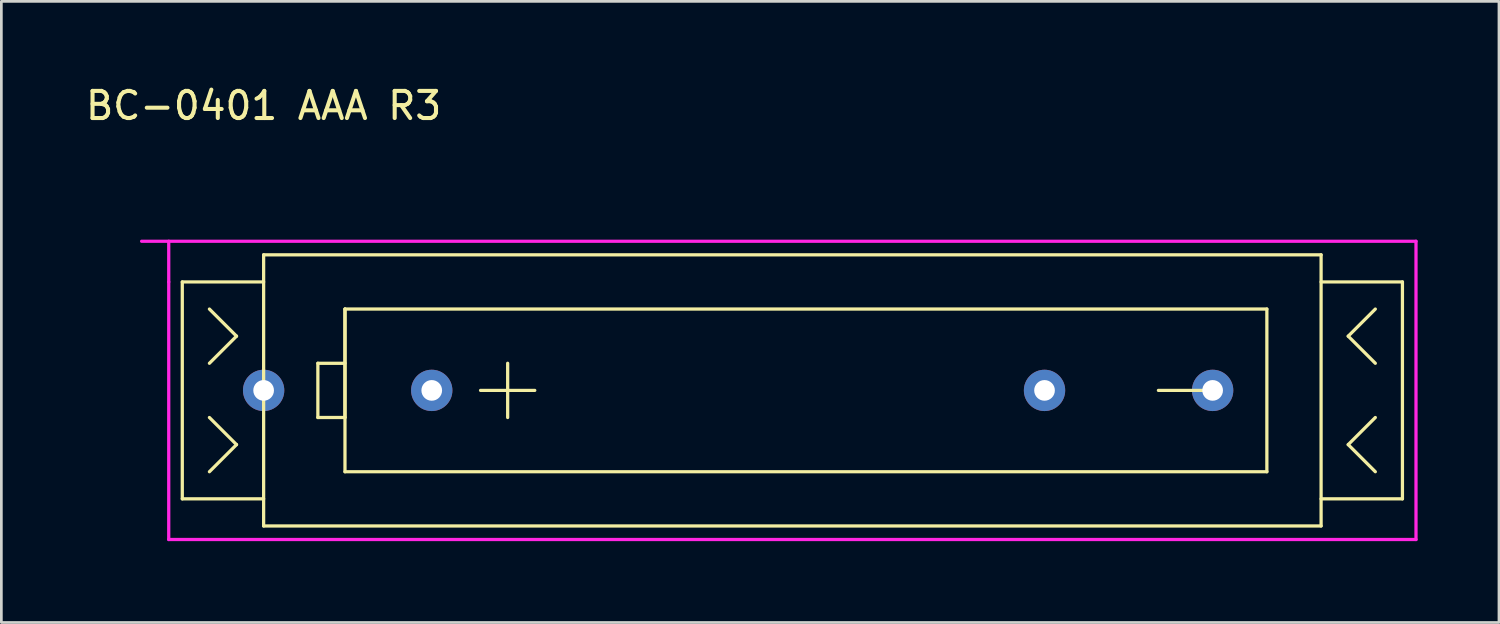
<source format=kicad_pcb>
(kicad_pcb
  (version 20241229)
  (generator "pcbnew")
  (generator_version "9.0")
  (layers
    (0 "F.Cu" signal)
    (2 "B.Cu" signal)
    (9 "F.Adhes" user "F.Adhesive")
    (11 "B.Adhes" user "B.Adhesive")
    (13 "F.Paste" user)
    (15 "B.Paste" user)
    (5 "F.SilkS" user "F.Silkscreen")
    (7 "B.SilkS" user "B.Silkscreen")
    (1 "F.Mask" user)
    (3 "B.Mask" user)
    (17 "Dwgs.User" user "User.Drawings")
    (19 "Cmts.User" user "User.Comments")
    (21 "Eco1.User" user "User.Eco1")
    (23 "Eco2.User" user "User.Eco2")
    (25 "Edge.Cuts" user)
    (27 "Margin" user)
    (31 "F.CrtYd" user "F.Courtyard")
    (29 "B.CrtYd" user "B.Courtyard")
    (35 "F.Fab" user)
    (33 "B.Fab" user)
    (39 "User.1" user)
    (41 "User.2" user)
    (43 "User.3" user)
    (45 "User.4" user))
  (footprint "BC-0401 AAA R3"
    (layer "F.Cu")
    (at 6.673 11.348)
    (property "Reference" "BC-0401 AAA R3" (at 0 -10.5 0) (unlocked yes) (layer "F.SilkS") (effects (font (size 1 1) (thickness 0.15))))
    (attr through_hole)
    (fp_line (start -3 -4) (end -3 4) (stroke (width 0.12) (type solid)) (layer "F.SilkS"))
    (fp_line (start -3 4) (end 0 4) (stroke (width 0.12) (type solid)) (layer "F.SilkS"))
    (fp_line (start -2 -3) (end -1 -2) (stroke (width 0.12) (type solid)) (layer "F.SilkS"))
    (fp_line (start -2 1) (end -1 2) (stroke (width 0.12) (type solid)) (layer "F.SilkS"))
    (fp_line (start -1 -2) (end -2 -1) (stroke (width 0.12) (type solid)) (layer "F.SilkS"))
    (fp_line (start -1 2) (end -2 3) (stroke (width 0.12) (type solid)) (layer "F.SilkS"))
    (fp_line (start 0 -5) (end 39 -5) (stroke (width 0.12) (type solid)) (layer "F.SilkS"))
    (fp_line (start 0 -4) (end -3 -4) (stroke (width 0.12) (type solid)) (layer "F.SilkS"))
    (fp_line (start 0 5) (end 0 -5) (stroke (width 0.12) (type solid)) (layer "F.SilkS"))
    (fp_line (start 2 -1) (end 3 -1) (stroke (width 0.12) (type solid)) (layer "F.SilkS"))
    (fp_line (start 2 1) (end 2 -1) (stroke (width 0.12) (type solid)) (layer "F.SilkS"))
    (fp_line (start 3 -3) (end 3 1) (stroke (width 0.12) (type solid)) (layer "F.SilkS"))
    (fp_line (start 3 -3) (end 3 3) (stroke (width 0.12) (type solid)) (layer "F.SilkS"))
    (fp_line (start 3 1) (end 2 1) (stroke (width 0.12) (type solid)) (layer "F.SilkS"))
    (fp_line (start 3 3) (end 37 3) (stroke (width 0.12) (type solid)) (layer "F.SilkS"))
    (fp_line (start 8 0) (end 10 0) (stroke (width 0.12) (type solid)) (layer "F.SilkS"))
    (fp_line (start 9 -1) (end 9 1) (stroke (width 0.12) (type solid)) (layer "F.SilkS"))
    (fp_line (start 35 0) (end 33 0) (stroke (width 0.12) (type solid)) (layer "F.SilkS"))
    (fp_line (start 37 -3) (end 3 -3) (stroke (width 0.12) (type solid)) (layer "F.SilkS"))
    (fp_line (start 37 3) (end 37 -3) (stroke (width 0.12) (type solid)) (layer "F.SilkS"))
    (fp_line (start 39 -5) (end 39 5) (stroke (width 0.12) (type solid)) (layer "F.SilkS"))
    (fp_line (start 39 -4) (end 42 -4) (stroke (width 0.12) (type solid)) (layer "F.SilkS"))
    (fp_line (start 39 5) (end 0 5) (stroke (width 0.12) (type solid)) (layer "F.SilkS"))
    (fp_line (start 40 -2) (end 41 -3) (stroke (width 0.12) (type solid)) (layer "F.SilkS"))
    (fp_line (start 40 2) (end 41 1) (stroke (width 0.12) (type solid)) (layer "F.SilkS"))
    (fp_line (start 41 -1) (end 40 -2) (stroke (width 0.12) (type solid)) (layer "F.SilkS"))
    (fp_line (start 41 3) (end 40 2) (stroke (width 0.12) (type solid)) (layer "F.SilkS"))
    (fp_line (start 42 -4) (end 42 4) (stroke (width 0.12) (type solid)) (layer "F.SilkS"))
    (fp_line (start 42 4) (end 39 4) (stroke (width 0.12) (type solid)) (layer "F.SilkS"))
    (fp_line (start -4.5 -5.5) (end 42.5 -5.5) (stroke (width 0.12) (type solid)) (layer "F.CrtYd"))
    (fp_line (start -3.5 -4) (end -3.5 -5.5) (stroke (width 0.12) (type solid)) (layer "F.CrtYd"))
    (fp_line (start -3.5 5.5) (end -3.5 -4) (stroke (width 0.12) (type solid)) (layer "F.CrtYd"))
    (fp_line (start 42.5 -5.5) (end 42.5 5.5) (stroke (width 0.12) (type solid)) (layer "F.CrtYd"))
    (fp_line (start 42.5 5.5) (end -3.5 5.5) (stroke (width 0.12) (type solid)) (layer "F.CrtYd"))
    (fp_line (start -3 0) (end -3 -0.9) (stroke (width 0.12) (type solid)) (layer "User.2"))
    (fp_line (start -1 0) (end 42 0) (stroke (width 0.12) (type solid)) (layer "User.2"))
    (pad "1" thru_hole circle (at 0 0) (size 1.524 1.524) (drill 0.762) (layers "*.Cu" "*.Mask"))
    (pad "1" thru_hole circle (at 6.2 0) (size 1.524 1.524) (drill 0.762) (layers "*.Cu" "*.Mask"))
    (pad "2" thru_hole circle (at 28.8 0) (size 1.524 1.524) (drill 0.762) (layers "*.Cu" "*.Mask"))
    (pad "2" thru_hole circle (at 35 0) (size 1.524 1.524) (drill 0.762) (layers "*.Cu" "*.Mask")))
  (gr_rect
    (start -3 -3)
    (end 52.233 19.908)
    (stroke (width 0.1) (type default))
    (fill no)
    (layer "Edge.Cuts")))
</source>
